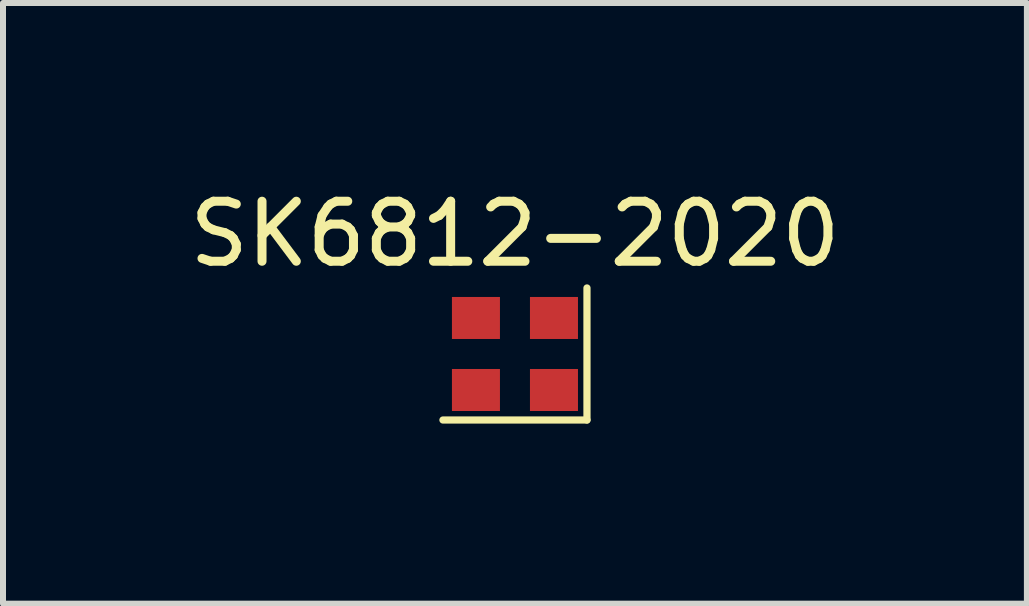
<source format=kicad_pcb>
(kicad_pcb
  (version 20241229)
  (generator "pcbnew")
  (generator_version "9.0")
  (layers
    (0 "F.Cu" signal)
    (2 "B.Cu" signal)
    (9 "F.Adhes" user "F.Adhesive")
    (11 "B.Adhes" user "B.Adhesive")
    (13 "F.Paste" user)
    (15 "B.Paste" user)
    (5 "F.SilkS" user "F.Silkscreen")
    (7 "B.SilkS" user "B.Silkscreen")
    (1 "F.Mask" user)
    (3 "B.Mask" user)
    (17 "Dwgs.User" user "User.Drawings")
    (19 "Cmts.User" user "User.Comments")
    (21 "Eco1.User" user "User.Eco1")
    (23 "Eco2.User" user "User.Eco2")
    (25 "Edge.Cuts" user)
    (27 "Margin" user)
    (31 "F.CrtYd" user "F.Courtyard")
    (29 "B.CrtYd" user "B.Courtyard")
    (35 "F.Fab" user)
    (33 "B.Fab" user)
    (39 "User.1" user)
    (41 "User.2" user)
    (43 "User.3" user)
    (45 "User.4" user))
  (footprint "SK6812-2020"
    (layer "F.Cu")
    (at 5.53 2.848)
    (property "Reference" "SK6812-2020" (at 0 -2 0) (unlocked yes) (layer "F.SilkS") (effects (font (size 1 1) (thickness 0.15))))
    (attr smd)
    (fp_line (start -1.2 1.1) (end 1.2 1.1) (stroke (width 0.12) (type solid)) (layer "F.SilkS"))
    (fp_line (start 1.2 1.1) (end 1.2 -1.1) (stroke (width 0.12) (type solid)) (layer "F.SilkS"))
    (pad "1" smd rect (at 0.65 0.6) (size 0.8 0.7) (layers "F.Cu" "F.Mask" "F.Paste"))
    (pad "2" smd rect (at 0.65 -0.6) (size 0.8 0.7) (layers "F.Cu" "F.Mask" "F.Paste"))
    (pad "3" smd rect (at -0.65 -0.6) (size 0.8 0.7) (layers "F.Cu" "F.Mask" "F.Paste"))
    (pad "4" smd rect (at -0.65 0.6) (size 0.8 0.7) (layers "F.Cu" "F.Mask" "F.Paste")))
  (gr_rect
    (start -3 -3)
    (end 14.06 7.008)
    (stroke (width 0.1) (type default))
    (fill no)
    (layer "Edge.Cuts")))
</source>
